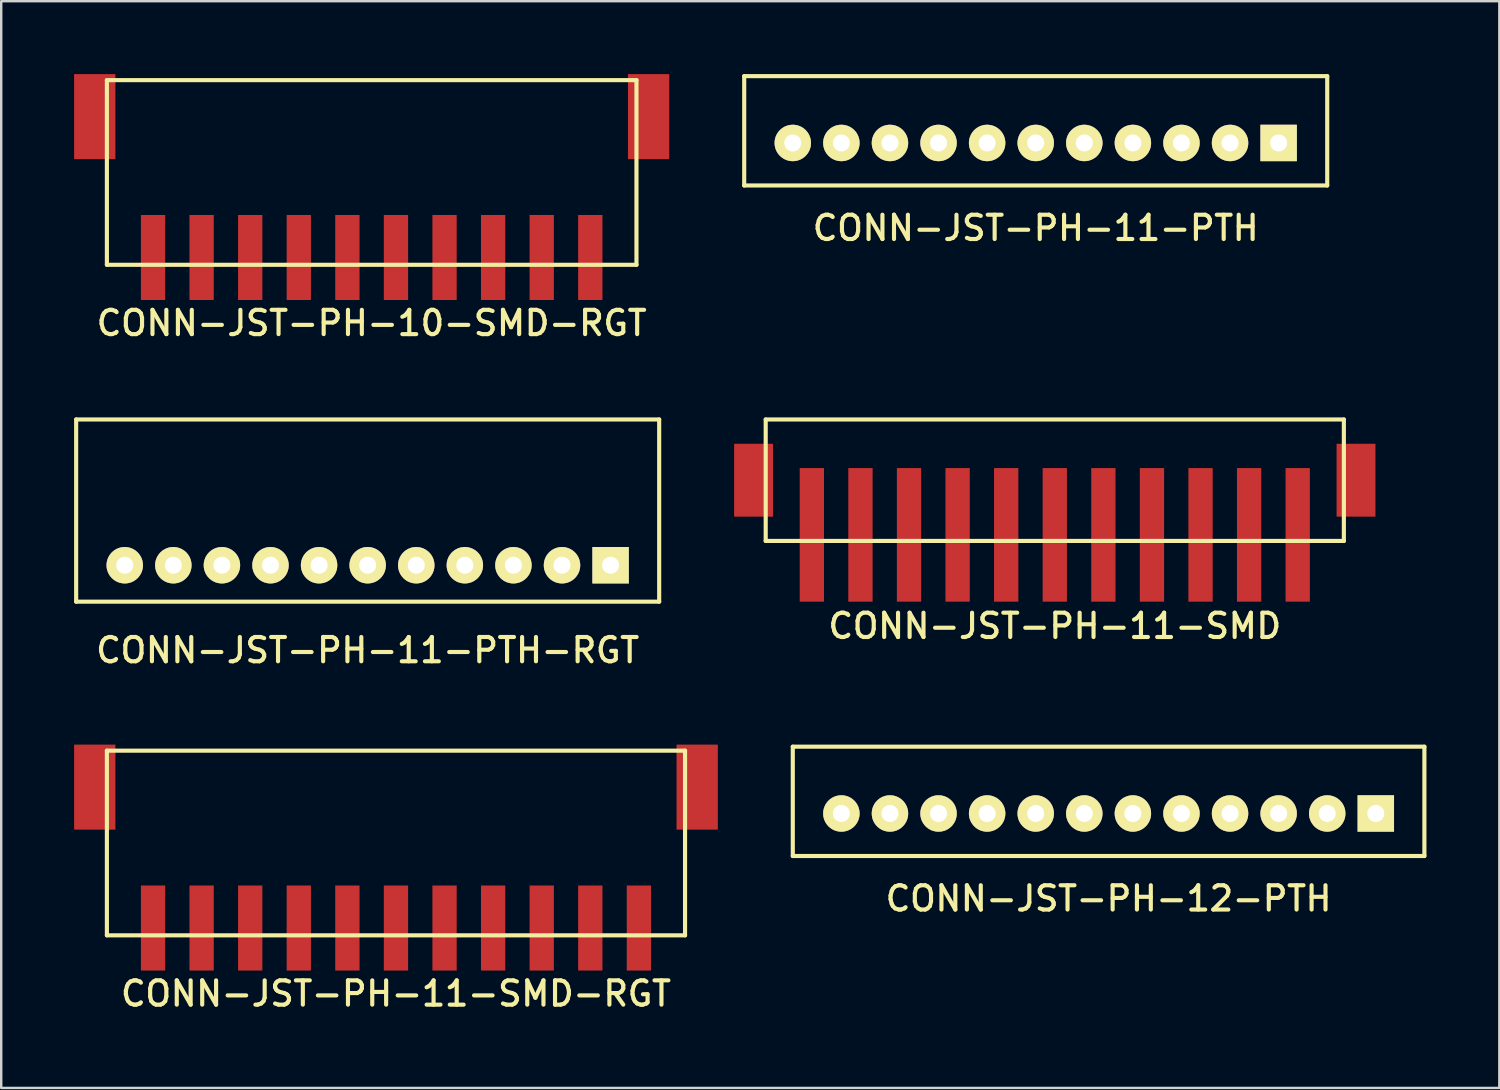
<source format=kicad_pcb>
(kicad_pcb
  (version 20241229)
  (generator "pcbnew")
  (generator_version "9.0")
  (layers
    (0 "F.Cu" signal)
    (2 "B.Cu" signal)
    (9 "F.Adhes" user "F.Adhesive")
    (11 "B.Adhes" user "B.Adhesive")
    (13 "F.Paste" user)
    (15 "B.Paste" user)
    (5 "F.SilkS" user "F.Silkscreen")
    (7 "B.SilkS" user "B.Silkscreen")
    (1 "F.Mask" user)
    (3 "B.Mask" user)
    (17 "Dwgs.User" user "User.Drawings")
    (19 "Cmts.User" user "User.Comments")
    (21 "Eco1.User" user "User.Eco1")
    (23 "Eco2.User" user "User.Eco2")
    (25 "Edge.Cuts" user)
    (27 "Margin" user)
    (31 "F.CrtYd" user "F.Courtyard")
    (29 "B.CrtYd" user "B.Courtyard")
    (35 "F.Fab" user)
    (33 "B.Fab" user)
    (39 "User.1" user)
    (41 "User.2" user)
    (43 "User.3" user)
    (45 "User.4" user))
  (footprint "CONN-JST-PH-11-SMD-RGT"
    (layer "F.Cu")
    (at 13.25 27.852)
    (property "Reference" "CONN-JST-PH-11-SMD-RGT" (at 0 10 0) (layer "F.SilkS") (effects (font (size 1 1) (thickness 0.17))))
    (attr through_hole)
    (fp_line (start -11.9 0) (end 11.9 0) (stroke (width 0.17) (type solid)) (layer "F.SilkS"))
    (fp_line (start -11.9 7.6) (end -11.9 0) (stroke (width 0.17) (type solid)) (layer "F.SilkS"))
    (fp_line (start -11.9 7.6) (end 11.9 7.6) (stroke (width 0.17) (type solid)) (layer "F.SilkS"))
    (fp_line (start 11.9 7.6) (end 11.9 0) (stroke (width 0.17) (type solid)) (layer "F.SilkS"))
    (pad "1" smd rect (at 10 7.3) (size 1 3.5) (layers "F.Cu" "F.Mask" "F.Paste"))
    (pad "2" smd rect (at 8 7.3) (size 1 3.5) (layers "F.Cu" "F.Mask" "F.Paste"))
    (pad "3" smd rect (at 6 7.3) (size 1 3.5) (layers "F.Cu" "F.Mask" "F.Paste"))
    (pad "4" smd rect (at 4 7.3) (size 1 3.5) (layers "F.Cu" "F.Mask" "F.Paste"))
    (pad "5" smd rect (at 2 7.3) (size 1 3.5) (layers "F.Cu" "F.Mask" "F.Paste"))
    (pad "6" smd rect (at 0 7.3) (size 1 3.5) (layers "F.Cu" "F.Mask" "F.Paste"))
    (pad "7" smd rect (at -2 7.3) (size 1 3.5) (layers "F.Cu" "F.Mask" "F.Paste"))
    (pad "8" smd rect (at -4 7.3) (size 1 3.5) (layers "F.Cu" "F.Mask" "F.Paste"))
    (pad "9" smd rect (at -6 7.3) (size 1 3.5) (layers "F.Cu" "F.Mask" "F.Paste"))
    (pad "10" smd rect (at -8 7.3) (size 1 3.5) (layers "F.Cu" "F.Mask" "F.Paste"))
    (pad "11" smd rect (at -10 7.3) (size 1 3.5) (layers "F.Cu" "F.Mask" "F.Paste"))
    (pad "M1" smd rect (at 12.4 1.5) (size 1.7 3.5) (layers "F.Cu" "F.Mask" "F.Paste"))
    (pad "M2" smd rect (at -12.4 1.5) (size 1.7 3.5) (layers "F.Cu" "F.Mask" "F.Paste")))
  (footprint "CONN-JST-PH-10-SMD-RGT"
    (layer "F.Cu")
    (at 12.25 0.25)
    (property "Reference" "CONN-JST-PH-10-SMD-RGT" (at 0 10 0) (layer "F.SilkS") (effects (font (size 1 1) (thickness 0.17))))
    (attr through_hole)
    (fp_line (start -10.9 0) (end 10.9 0) (stroke (width 0.17) (type solid)) (layer "F.SilkS"))
    (fp_line (start -10.9 7.6) (end -10.9 0) (stroke (width 0.17) (type solid)) (layer "F.SilkS"))
    (fp_line (start -10.9 7.6) (end 10.9 7.6) (stroke (width 0.17) (type solid)) (layer "F.SilkS"))
    (fp_line (start 10.9 7.6) (end 10.9 0) (stroke (width 0.17) (type solid)) (layer "F.SilkS"))
    (pad "1" smd rect (at 9 7.3) (size 1 3.5) (layers "F.Cu" "F.Mask" "F.Paste"))
    (pad "2" smd rect (at 7 7.3) (size 1 3.5) (layers "F.Cu" "F.Mask" "F.Paste"))
    (pad "3" smd rect (at 5 7.3) (size 1 3.5) (layers "F.Cu" "F.Mask" "F.Paste"))
    (pad "4" smd rect (at 3 7.3) (size 1 3.5) (layers "F.Cu" "F.Mask" "F.Paste"))
    (pad "5" smd rect (at 1 7.3) (size 1 3.5) (layers "F.Cu" "F.Mask" "F.Paste"))
    (pad "6" smd rect (at -1 7.3) (size 1 3.5) (layers "F.Cu" "F.Mask" "F.Paste"))
    (pad "7" smd rect (at -3 7.3) (size 1 3.5) (layers "F.Cu" "F.Mask" "F.Paste"))
    (pad "8" smd rect (at -5 7.3) (size 1 3.5) (layers "F.Cu" "F.Mask" "F.Paste"))
    (pad "9" smd rect (at -7 7.3) (size 1 3.5) (layers "F.Cu" "F.Mask" "F.Paste"))
    (pad "10" smd rect (at -9 7.3) (size 1 3.5) (layers "F.Cu" "F.Mask" "F.Paste"))
    (pad "M1" smd rect (at 11.4 1.5) (size 1.7 3.5) (layers "F.Cu" "F.Mask" "F.Paste"))
    (pad "M2" smd rect (at -11.4 1.5) (size 1.7 3.5) (layers "F.Cu" "F.Mask" "F.Paste")))
  (footprint "CONN-JST-PH-12-PTH"
    (layer "F.Cu")
    (at 42.585 30.437)
    (property "Reference" "CONN-JST-PH-12-PTH" (at 0 3.5 0) (layer "F.SilkS") (effects (font (size 1 1) (thickness 0.17))))
    (attr through_hole)
    (fp_line (start -13 -2.75) (end 13 -2.75) (stroke (width 0.17) (type solid)) (layer "F.SilkS"))
    (fp_line (start -13 1.75) (end -13 -2.75) (stroke (width 0.17) (type solid)) (layer "F.SilkS"))
    (fp_line (start -13 1.75) (end 13 1.75) (stroke (width 0.17) (type solid)) (layer "F.SilkS"))
    (fp_line (start 13 1.75) (end 13 -2.75) (stroke (width 0.17) (type solid)) (layer "F.SilkS"))
    (pad "1" thru_hole rect (at 11 0) (size 1.5 1.5) (drill 0.7) (layers "*.Cu" "*.Mask" "F.SilkS"))
    (pad "2" thru_hole circle (at 9 0) (size 1.5 1.5) (drill 0.7) (layers "*.Cu" "*.Mask" "F.SilkS"))
    (pad "3" thru_hole circle (at 7 0) (size 1.5 1.5) (drill 0.7) (layers "*.Cu" "*.Mask" "F.SilkS"))
    (pad "4" thru_hole circle (at 5 0) (size 1.5 1.5) (drill 0.7) (layers "*.Cu" "*.Mask" "F.SilkS"))
    (pad "5" thru_hole circle (at 3 0) (size 1.5 1.5) (drill 0.7) (layers "*.Cu" "*.Mask" "F.SilkS"))
    (pad "6" thru_hole circle (at 1 0) (size 1.5 1.5) (drill 0.7) (layers "*.Cu" "*.Mask" "F.SilkS"))
    (pad "7" thru_hole circle (at -1 0) (size 1.5 1.5) (drill 0.7) (layers "*.Cu" "*.Mask" "F.SilkS"))
    (pad "8" thru_hole circle (at -3 0) (size 1.5 1.5) (drill 0.7) (layers "*.Cu" "*.Mask" "F.SilkS"))
    (pad "9" thru_hole circle (at -5 0) (size 1.5 1.5) (drill 0.7) (layers "*.Cu" "*.Mask" "F.SilkS"))
    (pad "10" thru_hole circle (at -7 0) (size 1.5 1.5) (drill 0.7) (layers "*.Cu" "*.Mask" "F.SilkS"))
    (pad "11" thru_hole circle (at -9 0) (size 1.5 1.5) (drill 0.7) (layers "*.Cu" "*.Mask" "F.SilkS"))
    (pad "12" thru_hole circle (at -11 0) (size 1.5 1.5) (drill 0.7) (layers "*.Cu" "*.Mask" "F.SilkS")))
  (footprint "CONN-JST-PH-11-PTH-RGT"
    (layer "F.Cu")
    (at 12.085 20.218)
    (property "Reference" "CONN-JST-PH-11-PTH-RGT" (at 0 3.5 0) (layer "F.SilkS") (effects (font (size 1 1) (thickness 0.17))))
    (attr through_hole)
    (fp_line (start -12 -6) (end 12 -6) (stroke (width 0.17) (type solid)) (layer "F.SilkS"))
    (fp_line (start -12 1.5) (end -12 -6) (stroke (width 0.17) (type solid)) (layer "F.SilkS"))
    (fp_line (start -12 1.5) (end 12 1.5) (stroke (width 0.17) (type solid)) (layer "F.SilkS"))
    (fp_line (start 12 1.5) (end 12 -6) (stroke (width 0.17) (type solid)) (layer "F.SilkS"))
    (pad "1" thru_hole rect (at 10 0) (size 1.5 1.5) (drill 0.7) (layers "*.Cu" "*.Mask" "F.SilkS"))
    (pad "2" thru_hole circle (at 8 0) (size 1.5 1.5) (drill 0.7) (layers "*.Cu" "*.Mask" "F.SilkS"))
    (pad "3" thru_hole circle (at 6 0) (size 1.5 1.5) (drill 0.7) (layers "*.Cu" "*.Mask" "F.SilkS"))
    (pad "4" thru_hole circle (at 4 0) (size 1.5 1.5) (drill 0.7) (layers "*.Cu" "*.Mask" "F.SilkS"))
    (pad "5" thru_hole circle (at 2 0) (size 1.5 1.5) (drill 0.7) (layers "*.Cu" "*.Mask" "F.SilkS"))
    (pad "6" thru_hole circle (at 0 0) (size 1.5 1.5) (drill 0.7) (layers "*.Cu" "*.Mask" "F.SilkS"))
    (pad "7" thru_hole circle (at -2 0) (size 1.5 1.5) (drill 0.7) (layers "*.Cu" "*.Mask" "F.SilkS"))
    (pad "8" thru_hole circle (at -4 0) (size 1.5 1.5) (drill 0.7) (layers "*.Cu" "*.Mask" "F.SilkS"))
    (pad "9" thru_hole circle (at -6 0) (size 1.5 1.5) (drill 0.7) (layers "*.Cu" "*.Mask" "F.SilkS"))
    (pad "10" thru_hole circle (at -8 0) (size 1.5 1.5) (drill 0.7) (layers "*.Cu" "*.Mask" "F.SilkS"))
    (pad "11" thru_hole circle (at -10 0) (size 1.5 1.5) (drill 0.7) (layers "*.Cu" "*.Mask" "F.SilkS")))
  (footprint "CONN-JST-PH-11-PTH"
    (layer "F.Cu")
    (at 39.585 2.835)
    (property "Reference" "CONN-JST-PH-11-PTH" (at 0 3.5 0) (layer "F.SilkS") (effects (font (size 1 1) (thickness 0.17))))
    (attr through_hole)
    (fp_line (start -12 -2.75) (end 12 -2.75) (stroke (width 0.17) (type solid)) (layer "F.SilkS"))
    (fp_line (start -12 1.75) (end -12 -2.75) (stroke (width 0.17) (type solid)) (layer "F.SilkS"))
    (fp_line (start -12 1.75) (end 12 1.75) (stroke (width 0.17) (type solid)) (layer "F.SilkS"))
    (fp_line (start 12 1.75) (end 12 -2.75) (stroke (width 0.17) (type solid)) (layer "F.SilkS"))
    (pad "1" thru_hole rect (at 10 0) (size 1.5 1.5) (drill 0.7) (layers "*.Cu" "*.Mask" "F.SilkS"))
    (pad "2" thru_hole circle (at 8 0) (size 1.5 1.5) (drill 0.7) (layers "*.Cu" "*.Mask" "F.SilkS"))
    (pad "3" thru_hole circle (at 6 0) (size 1.5 1.5) (drill 0.7) (layers "*.Cu" "*.Mask" "F.SilkS"))
    (pad "4" thru_hole circle (at 4 0) (size 1.5 1.5) (drill 0.7) (layers "*.Cu" "*.Mask" "F.SilkS"))
    (pad "5" thru_hole circle (at 2 0) (size 1.5 1.5) (drill 0.7) (layers "*.Cu" "*.Mask" "F.SilkS"))
    (pad "6" thru_hole circle (at 0 0) (size 1.5 1.5) (drill 0.7) (layers "*.Cu" "*.Mask" "F.SilkS"))
    (pad "7" thru_hole circle (at -2 0) (size 1.5 1.5) (drill 0.7) (layers "*.Cu" "*.Mask" "F.SilkS"))
    (pad "8" thru_hole circle (at -4 0) (size 1.5 1.5) (drill 0.7) (layers "*.Cu" "*.Mask" "F.SilkS"))
    (pad "9" thru_hole circle (at -6 0) (size 1.5 1.5) (drill 0.7) (layers "*.Cu" "*.Mask" "F.SilkS"))
    (pad "10" thru_hole circle (at -8 0) (size 1.5 1.5) (drill 0.7) (layers "*.Cu" "*.Mask" "F.SilkS"))
    (pad "11" thru_hole circle (at -10 0) (size 1.5 1.5) (drill 0.7) (layers "*.Cu" "*.Mask" "F.SilkS")))
  (footprint "CONN-JST-PH-11-SMD"
    (layer "F.Cu")
    (at 40.37 21.718)
    (property "Reference" "CONN-JST-PH-11-SMD" (at 0 1 0) (layer "F.SilkS") (effects (font (size 1 1) (thickness 0.17))))
    (attr through_hole)
    (fp_line (start -11.9 -7.5) (end 11.9 -7.5) (stroke (width 0.17) (type solid)) (layer "F.SilkS"))
    (fp_line (start -11.9 -2.5) (end -11.9 -7.5) (stroke (width 0.17) (type solid)) (layer "F.SilkS"))
    (fp_line (start -11.9 -2.5) (end 11.9 -2.5) (stroke (width 0.17) (type solid)) (layer "F.SilkS"))
    (fp_line (start 11.9 -2.5) (end 11.9 -7.5) (stroke (width 0.17) (type solid)) (layer "F.SilkS"))
    (pad "1" smd rect (at -10 -2.75) (size 1 5.5) (layers "F.Cu" "F.Mask" "F.Paste"))
    (pad "2" smd rect (at -8 -2.75) (size 1 5.5) (layers "F.Cu" "F.Mask" "F.Paste"))
    (pad "3" smd rect (at -6 -2.75) (size 1 5.5) (layers "F.Cu" "F.Mask" "F.Paste"))
    (pad "4" smd rect (at -4 -2.75) (size 1 5.5) (layers "F.Cu" "F.Mask" "F.Paste"))
    (pad "5" smd rect (at -2 -2.75) (size 1 5.5) (layers "F.Cu" "F.Mask" "F.Paste"))
    (pad "6" smd rect (at 0 -2.75) (size 1 5.5) (layers "F.Cu" "F.Mask" "F.Paste"))
    (pad "7" smd rect (at 2 -2.75) (size 1 5.5) (layers "F.Cu" "F.Mask" "F.Paste"))
    (pad "8" smd rect (at 4 -2.75) (size 1 5.5) (layers "F.Cu" "F.Mask" "F.Paste"))
    (pad "9" smd rect (at 6 -2.75) (size 1 5.5) (layers "F.Cu" "F.Mask" "F.Paste"))
    (pad "10" smd rect (at 8 -2.75) (size 1 5.5) (layers "F.Cu" "F.Mask" "F.Paste"))
    (pad "11" smd rect (at 10 -2.75) (size 1 5.5) (layers "F.Cu" "F.Mask" "F.Paste"))
    (pad "M1" smd rect (at -12.4 -5) (size 1.6 3) (layers "F.Cu" "F.Mask" "F.Paste"))
    (pad "M2" smd rect (at 12.4 -5) (size 1.6 3) (layers "F.Cu" "F.Mask" "F.Paste")))
  (gr_rect
    (start -3 -3)
    (end 58.67 41.735)
    (stroke (width 0.1) (type default))
    (fill no)
    (layer "Edge.Cuts")))
</source>
